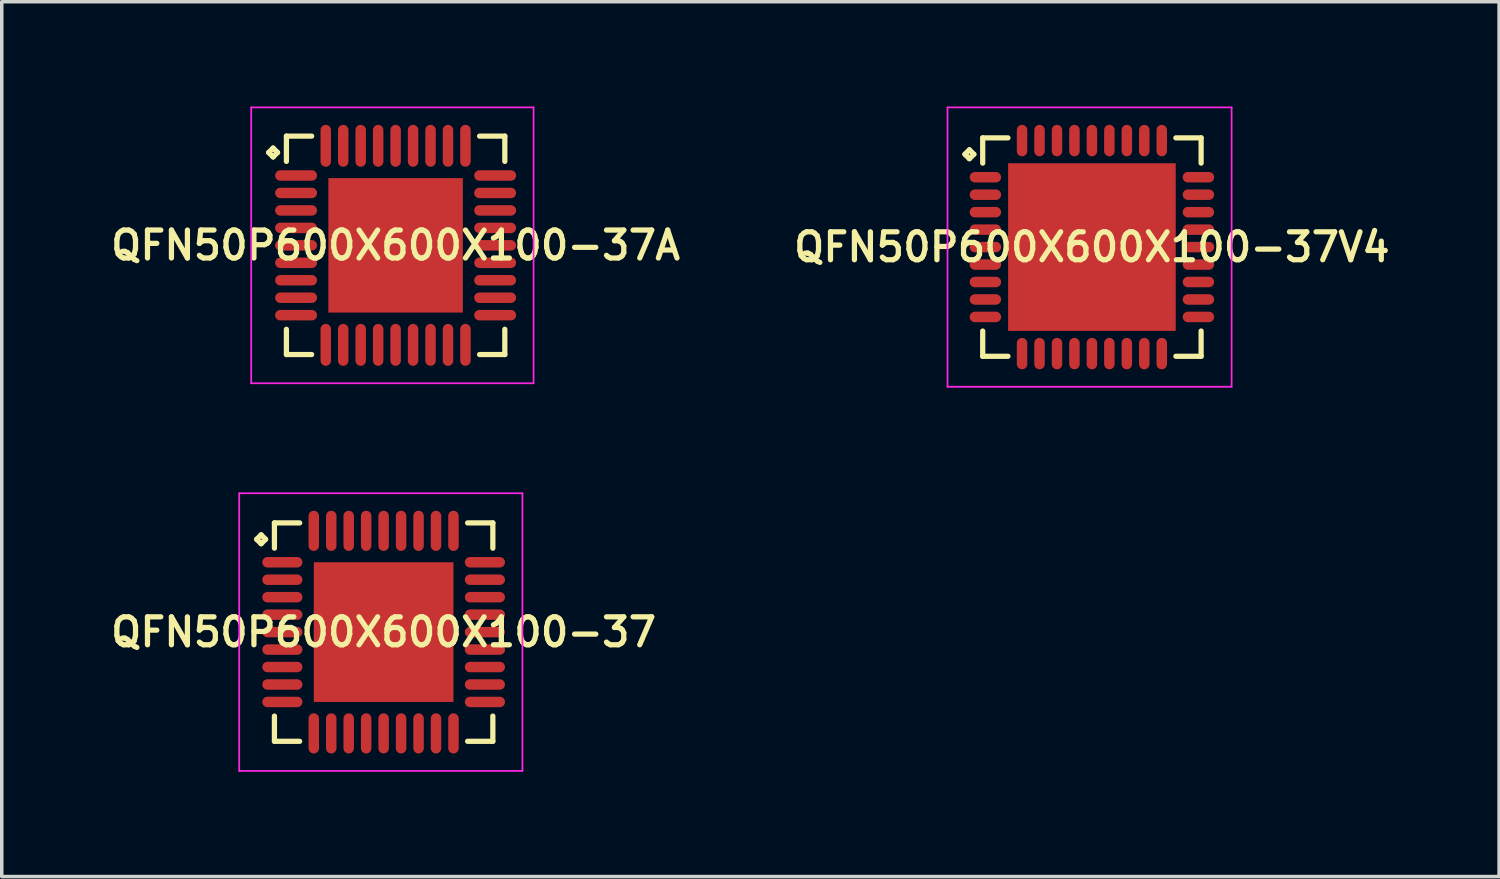
<source format=kicad_pcb>
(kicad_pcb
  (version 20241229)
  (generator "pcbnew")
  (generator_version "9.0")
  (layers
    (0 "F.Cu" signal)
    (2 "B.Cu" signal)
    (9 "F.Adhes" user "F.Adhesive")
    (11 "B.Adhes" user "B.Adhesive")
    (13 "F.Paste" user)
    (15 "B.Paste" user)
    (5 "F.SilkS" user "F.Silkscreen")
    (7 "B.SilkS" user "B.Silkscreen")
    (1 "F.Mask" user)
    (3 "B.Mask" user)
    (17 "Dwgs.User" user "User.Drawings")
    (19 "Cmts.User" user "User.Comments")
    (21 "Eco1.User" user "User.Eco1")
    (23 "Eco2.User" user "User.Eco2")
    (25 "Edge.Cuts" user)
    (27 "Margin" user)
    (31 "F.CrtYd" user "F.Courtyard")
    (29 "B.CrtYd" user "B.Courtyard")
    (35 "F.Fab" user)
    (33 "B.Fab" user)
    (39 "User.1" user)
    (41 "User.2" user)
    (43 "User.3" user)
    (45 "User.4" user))
  (footprint "QFN50P600X600X100-37"
    (layer "F.Cu")
    (at 7.935 15.05)
    (property "Reference" "QFN50P600X600X100-37" (at 0 0 0) (layer "F.SilkS") (effects (font (size 0.8 0.8) (thickness 0.15))))
    (attr smd)
    (fp_line (start -3.635 -2.658) (end -3.508 -2.785) (stroke (width 0.15) (type solid)) (layer "F.SilkS"))
    (fp_line (start -3.508 -2.785) (end -3.381 -2.658) (stroke (width 0.15) (type solid)) (layer "F.SilkS"))
    (fp_line (start -3.508 -2.531) (end -3.635 -2.658) (stroke (width 0.15) (type solid)) (layer "F.SilkS"))
    (fp_line (start -3.381 -2.658) (end -3.508 -2.531) (stroke (width 0.15) (type solid)) (layer "F.SilkS"))
    (fp_line (start -3.127 -3.127) (end -2.404 -3.127) (stroke (width 0.15) (type solid)) (layer "F.SilkS"))
    (fp_line (start -3.127 -2.404) (end -3.127 -3.127) (stroke (width 0.15) (type solid)) (layer "F.SilkS"))
    (fp_line (start -3.127 2.404) (end -3.127 3.127) (stroke (width 0.15) (type solid)) (layer "F.SilkS"))
    (fp_line (start -3.127 3.127) (end -2.404 3.127) (stroke (width 0.15) (type solid)) (layer "F.SilkS"))
    (fp_line (start 2.404 -3.127) (end 3.127 -3.127) (stroke (width 0.15) (type solid)) (layer "F.SilkS"))
    (fp_line (start 2.404 3.127) (end 3.127 3.127) (stroke (width 0.15) (type solid)) (layer "F.SilkS"))
    (fp_line (start 3.127 -3.127) (end 3.127 -2.404) (stroke (width 0.15) (type solid)) (layer "F.SilkS"))
    (fp_line (start 3.127 3.127) (end 3.127 2.404) (stroke (width 0.15) (type solid)) (layer "F.SilkS"))
    (fp_line (start -4.135 -3.975) (end 3.975 -3.975) (stroke (width 0.05) (type solid)) (layer "F.CrtYd"))
    (fp_line (start -4.135 3.975) (end -4.135 -3.975) (stroke (width 0.05) (type solid)) (layer "F.CrtYd"))
    (fp_line (start 3.975 -3.975) (end 3.975 3.975) (stroke (width 0.05) (type solid)) (layer "F.CrtYd"))
    (fp_line (start 3.975 3.975) (end -4.135 3.975) (stroke (width 0.05) (type solid)) (layer "F.CrtYd"))
    (pad "1" smd oval (at -2.9 -2) (size 1.15 0.3) (layers "F.Cu" "F.Mask" "F.Paste"))
    (pad "2" smd oval (at -2.9 -1.5) (size 1.15 0.3) (layers "F.Cu" "F.Mask" "F.Paste"))
    (pad "3" smd oval (at -2.9 -1) (size 1.15 0.3) (layers "F.Cu" "F.Mask" "F.Paste"))
    (pad "4" smd oval (at -2.9 -0.5) (size 1.15 0.3) (layers "F.Cu" "F.Mask" "F.Paste"))
    (pad "5" smd oval (at -2.9 0) (size 1.15 0.3) (layers "F.Cu" "F.Mask" "F.Paste"))
    (pad "6" smd oval (at -2.9 0.5) (size 1.15 0.3) (layers "F.Cu" "F.Mask" "F.Paste"))
    (pad "7" smd oval (at -2.9 1) (size 1.15 0.3) (layers "F.Cu" "F.Mask" "F.Paste"))
    (pad "8" smd oval (at -2.9 1.5) (size 1.15 0.3) (layers "F.Cu" "F.Mask" "F.Paste"))
    (pad "9" smd oval (at -2.9 2) (size 1.15 0.3) (layers "F.Cu" "F.Mask" "F.Paste"))
    (pad "10" smd oval (at -2 2.9) (size 0.3 1.15) (layers "F.Cu" "F.Mask" "F.Paste"))
    (pad "11" smd oval (at -1.5 2.9) (size 0.3 1.15) (layers "F.Cu" "F.Mask" "F.Paste"))
    (pad "12" smd oval (at -1 2.9) (size 0.3 1.15) (layers "F.Cu" "F.Mask" "F.Paste"))
    (pad "13" smd oval (at -0.5 2.9) (size 0.3 1.15) (layers "F.Cu" "F.Mask" "F.Paste"))
    (pad "14" smd oval (at 0 2.9) (size 0.3 1.15) (layers "F.Cu" "F.Mask" "F.Paste"))
    (pad "15" smd oval (at 0.5 2.9) (size 0.3 1.15) (layers "F.Cu" "F.Mask" "F.Paste"))
    (pad "16" smd oval (at 1 2.9) (size 0.3 1.15) (layers "F.Cu" "F.Mask" "F.Paste"))
    (pad "17" smd oval (at 1.5 2.9) (size 0.3 1.15) (layers "F.Cu" "F.Mask" "F.Paste"))
    (pad "18" smd oval (at 2 2.9) (size 0.3 1.15) (layers "F.Cu" "F.Mask" "F.Paste"))
    (pad "19" smd oval (at 2.9 2) (size 1.15 0.3) (layers "F.Cu" "F.Mask" "F.Paste"))
    (pad "20" smd oval (at 2.9 1.5) (size 1.15 0.3) (layers "F.Cu" "F.Mask" "F.Paste"))
    (pad "21" smd oval (at 2.9 1) (size 1.15 0.3) (layers "F.Cu" "F.Mask" "F.Paste"))
    (pad "22" smd oval (at 2.9 0.5) (size 1.15 0.3) (layers "F.Cu" "F.Mask" "F.Paste"))
    (pad "23" smd oval (at 2.9 0) (size 1.15 0.3) (layers "F.Cu" "F.Mask" "F.Paste"))
    (pad "24" smd oval (at 2.9 -0.5) (size 1.15 0.3) (layers "F.Cu" "F.Mask" "F.Paste"))
    (pad "25" smd oval (at 2.9 -1) (size 1.15 0.3) (layers "F.Cu" "F.Mask" "F.Paste"))
    (pad "26" smd oval (at 2.9 -1.5) (size 1.15 0.3) (layers "F.Cu" "F.Mask" "F.Paste"))
    (pad "27" smd oval (at 2.9 -2) (size 1.15 0.3) (layers "F.Cu" "F.Mask" "F.Paste"))
    (pad "28" smd oval (at 2 -2.9) (size 0.3 1.15) (layers "F.Cu" "F.Mask" "F.Paste"))
    (pad "29" smd oval (at 1.5 -2.9) (size 0.3 1.15) (layers "F.Cu" "F.Mask" "F.Paste"))
    (pad "30" smd oval (at 1 -2.9) (size 0.3 1.15) (layers "F.Cu" "F.Mask" "F.Paste"))
    (pad "31" smd oval (at 0.5 -2.9) (size 0.3 1.15) (layers "F.Cu" "F.Mask" "F.Paste"))
    (pad "32" smd oval (at 0 -2.9) (size 0.3 1.15) (layers "F.Cu" "F.Mask" "F.Paste"))
    (pad "33" smd oval (at -0.5 -2.9) (size 0.3 1.15) (layers "F.Cu" "F.Mask" "F.Paste"))
    (pad "34" smd oval (at -1 -2.9) (size 0.3 1.15) (layers "F.Cu" "F.Mask" "F.Paste"))
    (pad "35" smd oval (at -1.5 -2.9) (size 0.3 1.15) (layers "F.Cu" "F.Mask" "F.Paste"))
    (pad "36" smd oval (at -2 -2.9) (size 0.3 1.15) (layers "F.Cu" "F.Mask" "F.Paste"))
    (pad "37" smd rect (at 0 0) (size 4 4) (layers "F.Cu" "F.Mask" "F.Paste")))
  (footprint "QFN50P600X600X100-37V4"
    (layer "F.Cu")
    (at 28.216 4.025)
    (property "Reference" "QFN50P600X600X100-37V4" (at 0 0 0) (layer "F.SilkS") (effects (font (size 0.8 0.8) (thickness 0.15))))
    (attr smd)
    (fp_line (start -3.635 -2.658) (end -3.508 -2.785) (stroke (width 0.15) (type solid)) (layer "F.SilkS"))
    (fp_line (start -3.508 -2.785) (end -3.381 -2.658) (stroke (width 0.15) (type solid)) (layer "F.SilkS"))
    (fp_line (start -3.508 -2.531) (end -3.635 -2.658) (stroke (width 0.15) (type solid)) (layer "F.SilkS"))
    (fp_line (start -3.381 -2.658) (end -3.508 -2.531) (stroke (width 0.15) (type solid)) (layer "F.SilkS"))
    (fp_line (start -3.127 -3.127) (end -2.404 -3.127) (stroke (width 0.15) (type solid)) (layer "F.SilkS"))
    (fp_line (start -3.127 -2.404) (end -3.127 -3.127) (stroke (width 0.15) (type solid)) (layer "F.SilkS"))
    (fp_line (start -3.127 2.404) (end -3.127 3.127) (stroke (width 0.15) (type solid)) (layer "F.SilkS"))
    (fp_line (start -3.127 3.127) (end -2.404 3.127) (stroke (width 0.15) (type solid)) (layer "F.SilkS"))
    (fp_line (start 2.404 -3.127) (end 3.127 -3.127) (stroke (width 0.15) (type solid)) (layer "F.SilkS"))
    (fp_line (start 2.404 3.127) (end 3.127 3.127) (stroke (width 0.15) (type solid)) (layer "F.SilkS"))
    (fp_line (start 3.127 -3.127) (end 3.127 -2.404) (stroke (width 0.15) (type solid)) (layer "F.SilkS"))
    (fp_line (start 3.127 3.127) (end 3.127 2.404) (stroke (width 0.15) (type solid)) (layer "F.SilkS"))
    (fp_line (start -4.135 -4) (end 4 -4) (stroke (width 0.05) (type solid)) (layer "F.CrtYd"))
    (fp_line (start -4.135 4) (end -4.135 -4) (stroke (width 0.05) (type solid)) (layer "F.CrtYd"))
    (fp_line (start 4 -4) (end 4 4) (stroke (width 0.05) (type solid)) (layer "F.CrtYd"))
    (fp_line (start 4 4) (end -4.135 4) (stroke (width 0.05) (type solid)) (layer "F.CrtYd"))
    (pad "1" smd oval (at -3.05 -2) (size 0.9 0.3) (layers "F.Cu" "F.Mask" "F.Paste"))
    (pad "2" smd oval (at -3.05 -1.5) (size 0.9 0.3) (layers "F.Cu" "F.Mask" "F.Paste"))
    (pad "3" smd oval (at -3.05 -1) (size 0.9 0.3) (layers "F.Cu" "F.Mask" "F.Paste"))
    (pad "4" smd oval (at -3.05 -0.5) (size 0.9 0.3) (layers "F.Cu" "F.Mask" "F.Paste"))
    (pad "5" smd oval (at -3.05 0) (size 0.9 0.3) (layers "F.Cu" "F.Mask" "F.Paste"))
    (pad "6" smd oval (at -3.05 0.5) (size 0.9 0.3) (layers "F.Cu" "F.Mask" "F.Paste"))
    (pad "7" smd oval (at -3.05 1) (size 0.9 0.3) (layers "F.Cu" "F.Mask" "F.Paste"))
    (pad "8" smd oval (at -3.05 1.5) (size 0.9 0.3) (layers "F.Cu" "F.Mask" "F.Paste"))
    (pad "9" smd oval (at -3.05 2) (size 0.9 0.3) (layers "F.Cu" "F.Mask" "F.Paste"))
    (pad "10" smd oval (at -2 3.05) (size 0.3 0.9) (layers "F.Cu" "F.Mask" "F.Paste"))
    (pad "11" smd oval (at -1.5 3.05) (size 0.3 0.9) (layers "F.Cu" "F.Mask" "F.Paste"))
    (pad "12" smd oval (at -1 3.05) (size 0.3 0.9) (layers "F.Cu" "F.Mask" "F.Paste"))
    (pad "13" smd oval (at -0.5 3.05) (size 0.3 0.9) (layers "F.Cu" "F.Mask" "F.Paste"))
    (pad "14" smd oval (at 0 3.05) (size 0.3 0.9) (layers "F.Cu" "F.Mask" "F.Paste"))
    (pad "15" smd oval (at 0.5 3.05) (size 0.3 0.9) (layers "F.Cu" "F.Mask" "F.Paste"))
    (pad "16" smd oval (at 1 3.05) (size 0.3 0.9) (layers "F.Cu" "F.Mask" "F.Paste"))
    (pad "17" smd oval (at 1.5 3.05) (size 0.3 0.9) (layers "F.Cu" "F.Mask" "F.Paste"))
    (pad "18" smd oval (at 2 3.05) (size 0.3 0.9) (layers "F.Cu" "F.Mask" "F.Paste"))
    (pad "19" smd oval (at 3.05 2) (size 0.9 0.3) (layers "F.Cu" "F.Mask" "F.Paste"))
    (pad "20" smd oval (at 3.05 1.5) (size 0.9 0.3) (layers "F.Cu" "F.Mask" "F.Paste"))
    (pad "21" smd oval (at 3.05 1) (size 0.9 0.3) (layers "F.Cu" "F.Mask" "F.Paste"))
    (pad "22" smd oval (at 3.05 0.5) (size 0.9 0.3) (layers "F.Cu" "F.Mask" "F.Paste"))
    (pad "23" smd oval (at 3.05 0) (size 0.9 0.3) (layers "F.Cu" "F.Mask" "F.Paste"))
    (pad "24" smd oval (at 3.05 -0.5) (size 0.9 0.3) (layers "F.Cu" "F.Mask" "F.Paste"))
    (pad "25" smd oval (at 3.05 -1) (size 0.9 0.3) (layers "F.Cu" "F.Mask" "F.Paste"))
    (pad "26" smd oval (at 3.05 -1.5) (size 0.9 0.3) (layers "F.Cu" "F.Mask" "F.Paste"))
    (pad "27" smd oval (at 3.05 -2) (size 0.9 0.3) (layers "F.Cu" "F.Mask" "F.Paste"))
    (pad "28" smd oval (at 2 -3.05) (size 0.3 0.9) (layers "F.Cu" "F.Mask" "F.Paste"))
    (pad "29" smd oval (at 1.5 -3.05) (size 0.3 0.9) (layers "F.Cu" "F.Mask" "F.Paste"))
    (pad "30" smd oval (at 1 -3.05) (size 0.3 0.9) (layers "F.Cu" "F.Mask" "F.Paste"))
    (pad "31" smd oval (at 0.5 -3.05) (size 0.3 0.9) (layers "F.Cu" "F.Mask" "F.Paste"))
    (pad "32" smd oval (at 0 -3.05) (size 0.3 0.9) (layers "F.Cu" "F.Mask" "F.Paste"))
    (pad "33" smd oval (at -0.5 -3.05) (size 0.3 0.9) (layers "F.Cu" "F.Mask" "F.Paste"))
    (pad "34" smd oval (at -1 -3.05) (size 0.3 0.9) (layers "F.Cu" "F.Mask" "F.Paste"))
    (pad "35" smd oval (at -1.5 -3.05) (size 0.3 0.9) (layers "F.Cu" "F.Mask" "F.Paste"))
    (pad "36" smd oval (at -2 -3.05) (size 0.3 0.9) (layers "F.Cu" "F.Mask" "F.Paste"))
    (pad "37" smd rect (at 0 0) (size 4.8 4.8) (layers "F.Cu" "F.Mask" "F.Paste")))
  (footprint "QFN50P600X600X100-37A"
    (layer "F.Cu")
    (at 8.278 3.975)
    (property "Reference" "QFN50P600X600X100-37A" (at 0 0 0) (layer "F.SilkS") (effects (font (size 0.8 0.8) (thickness 0.15))))
    (attr smd)
    (fp_line (start -3.635 -2.658) (end -3.508 -2.785) (stroke (width 0.15) (type solid)) (layer "F.SilkS"))
    (fp_line (start -3.508 -2.785) (end -3.381 -2.658) (stroke (width 0.15) (type solid)) (layer "F.SilkS"))
    (fp_line (start -3.508 -2.531) (end -3.635 -2.658) (stroke (width 0.15) (type solid)) (layer "F.SilkS"))
    (fp_line (start -3.381 -2.658) (end -3.508 -2.531) (stroke (width 0.15) (type solid)) (layer "F.SilkS"))
    (fp_line (start -3.127 -3.127) (end -2.404 -3.127) (stroke (width 0.15) (type solid)) (layer "F.SilkS"))
    (fp_line (start -3.127 -2.404) (end -3.127 -3.127) (stroke (width 0.15) (type solid)) (layer "F.SilkS"))
    (fp_line (start -3.127 2.404) (end -3.127 3.127) (stroke (width 0.15) (type solid)) (layer "F.SilkS"))
    (fp_line (start -3.127 3.127) (end -2.404 3.127) (stroke (width 0.15) (type solid)) (layer "F.SilkS"))
    (fp_line (start 2.404 -3.127) (end 3.127 -3.127) (stroke (width 0.15) (type solid)) (layer "F.SilkS"))
    (fp_line (start 2.404 3.127) (end 3.127 3.127) (stroke (width 0.15) (type solid)) (layer "F.SilkS"))
    (fp_line (start 3.127 -3.127) (end 3.127 -2.404) (stroke (width 0.15) (type solid)) (layer "F.SilkS"))
    (fp_line (start 3.127 3.127) (end 3.127 2.404) (stroke (width 0.15) (type solid)) (layer "F.SilkS"))
    (fp_line (start -4.135 -3.95) (end 3.95 -3.95) (stroke (width 0.05) (type solid)) (layer "F.CrtYd"))
    (fp_line (start -4.135 3.95) (end -4.135 -3.95) (stroke (width 0.05) (type solid)) (layer "F.CrtYd"))
    (fp_line (start 3.95 -3.95) (end 3.95 3.95) (stroke (width 0.05) (type solid)) (layer "F.CrtYd"))
    (fp_line (start 3.95 3.95) (end -4.135 3.95) (stroke (width 0.05) (type solid)) (layer "F.CrtYd"))
    (pad "1" smd oval (at -2.85 -2) (size 1.2 0.3) (layers "F.Cu" "F.Mask" "F.Paste"))
    (pad "2" smd oval (at -2.85 -1.5) (size 1.2 0.3) (layers "F.Cu" "F.Mask" "F.Paste"))
    (pad "3" smd oval (at -2.85 -1) (size 1.2 0.3) (layers "F.Cu" "F.Mask" "F.Paste"))
    (pad "4" smd oval (at -2.85 -0.5) (size 1.2 0.3) (layers "F.Cu" "F.Mask" "F.Paste"))
    (pad "5" smd oval (at -2.85 0) (size 1.2 0.3) (layers "F.Cu" "F.Mask" "F.Paste"))
    (pad "6" smd oval (at -2.85 0.5) (size 1.2 0.3) (layers "F.Cu" "F.Mask" "F.Paste"))
    (pad "7" smd oval (at -2.85 1) (size 1.2 0.3) (layers "F.Cu" "F.Mask" "F.Paste"))
    (pad "8" smd oval (at -2.85 1.5) (size 1.2 0.3) (layers "F.Cu" "F.Mask" "F.Paste"))
    (pad "9" smd oval (at -2.85 2) (size 1.2 0.3) (layers "F.Cu" "F.Mask" "F.Paste"))
    (pad "10" smd oval (at -2 2.85) (size 0.3 1.2) (layers "F.Cu" "F.Mask" "F.Paste"))
    (pad "11" smd oval (at -1.5 2.85) (size 0.3 1.2) (layers "F.Cu" "F.Mask" "F.Paste"))
    (pad "12" smd oval (at -1 2.85) (size 0.3 1.2) (layers "F.Cu" "F.Mask" "F.Paste"))
    (pad "13" smd oval (at -0.5 2.85) (size 0.3 1.2) (layers "F.Cu" "F.Mask" "F.Paste"))
    (pad "14" smd oval (at 0 2.85) (size 0.3 1.2) (layers "F.Cu" "F.Mask" "F.Paste"))
    (pad "15" smd oval (at 0.5 2.85) (size 0.3 1.2) (layers "F.Cu" "F.Mask" "F.Paste"))
    (pad "16" smd oval (at 1 2.85) (size 0.3 1.2) (layers "F.Cu" "F.Mask" "F.Paste"))
    (pad "17" smd oval (at 1.5 2.85) (size 0.3 1.2) (layers "F.Cu" "F.Mask" "F.Paste"))
    (pad "18" smd oval (at 2 2.85) (size 0.3 1.2) (layers "F.Cu" "F.Mask" "F.Paste"))
    (pad "19" smd oval (at 2.85 2) (size 1.2 0.3) (layers "F.Cu" "F.Mask" "F.Paste"))
    (pad "20" smd oval (at 2.85 1.5) (size 1.2 0.3) (layers "F.Cu" "F.Mask" "F.Paste"))
    (pad "21" smd oval (at 2.85 1) (size 1.2 0.3) (layers "F.Cu" "F.Mask" "F.Paste"))
    (pad "22" smd oval (at 2.85 0.5) (size 1.2 0.3) (layers "F.Cu" "F.Mask" "F.Paste"))
    (pad "23" smd oval (at 2.85 0) (size 1.2 0.3) (layers "F.Cu" "F.Mask" "F.Paste"))
    (pad "24" smd oval (at 2.85 -0.5) (size 1.2 0.3) (layers "F.Cu" "F.Mask" "F.Paste"))
    (pad "25" smd oval (at 2.85 -1) (size 1.2 0.3) (layers "F.Cu" "F.Mask" "F.Paste"))
    (pad "26" smd oval (at 2.85 -1.5) (size 1.2 0.3) (layers "F.Cu" "F.Mask" "F.Paste"))
    (pad "27" smd oval (at 2.85 -2) (size 1.2 0.3) (layers "F.Cu" "F.Mask" "F.Paste"))
    (pad "28" smd oval (at 2 -2.85) (size 0.3 1.2) (layers "F.Cu" "F.Mask" "F.Paste"))
    (pad "29" smd oval (at 1.5 -2.85) (size 0.3 1.2) (layers "F.Cu" "F.Mask" "F.Paste"))
    (pad "30" smd oval (at 1 -2.85) (size 0.3 1.2) (layers "F.Cu" "F.Mask" "F.Paste"))
    (pad "31" smd oval (at 0.5 -2.85) (size 0.3 1.2) (layers "F.Cu" "F.Mask" "F.Paste"))
    (pad "32" smd oval (at 0 -2.85) (size 0.3 1.2) (layers "F.Cu" "F.Mask" "F.Paste"))
    (pad "33" smd oval (at -0.5 -2.85) (size 0.3 1.2) (layers "F.Cu" "F.Mask" "F.Paste"))
    (pad "34" smd oval (at -1 -2.85) (size 0.3 1.2) (layers "F.Cu" "F.Mask" "F.Paste"))
    (pad "35" smd oval (at -1.5 -2.85) (size 0.3 1.2) (layers "F.Cu" "F.Mask" "F.Paste"))
    (pad "36" smd oval (at -2 -2.85) (size 0.3 1.2) (layers "F.Cu" "F.Mask" "F.Paste"))
    (pad "37" smd rect (at 0 0) (size 3.85 3.85) (layers "F.Cu" "F.Mask" "F.Paste")))
  (gr_rect
    (start -3 -3)
    (end 39.875 22.05)
    (stroke (width 0.1) (type default))
    (fill no)
    (layer "Edge.Cuts")))
</source>
